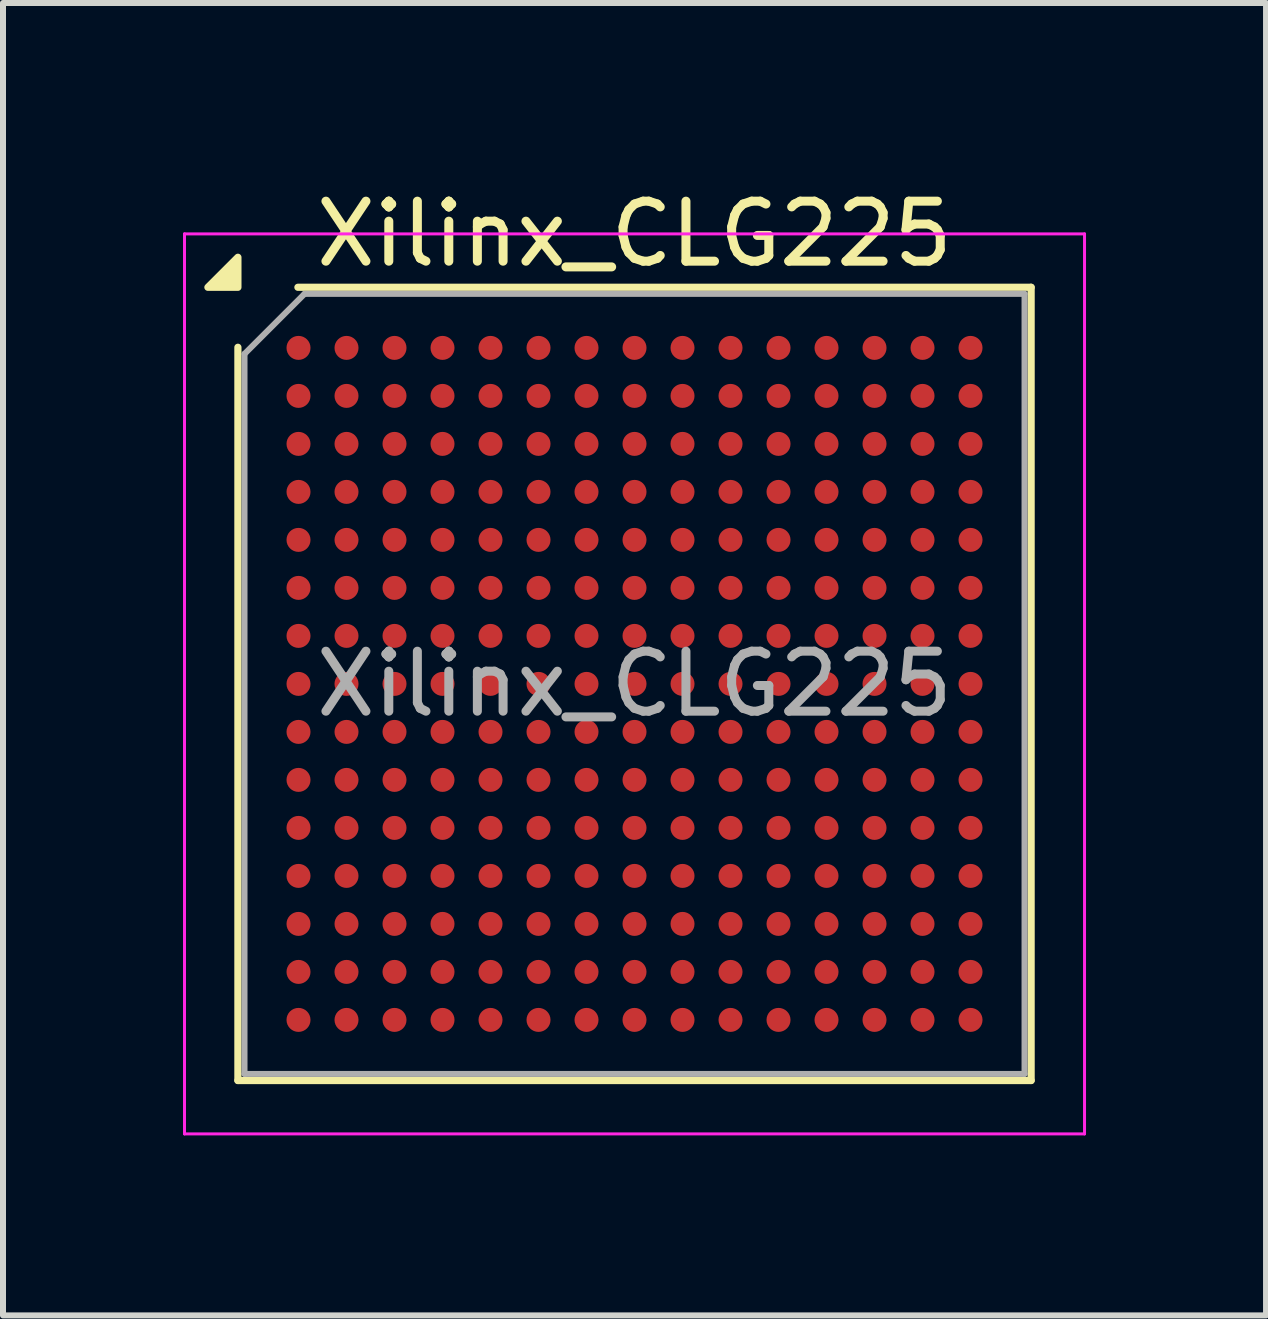
<source format=kicad_pcb>
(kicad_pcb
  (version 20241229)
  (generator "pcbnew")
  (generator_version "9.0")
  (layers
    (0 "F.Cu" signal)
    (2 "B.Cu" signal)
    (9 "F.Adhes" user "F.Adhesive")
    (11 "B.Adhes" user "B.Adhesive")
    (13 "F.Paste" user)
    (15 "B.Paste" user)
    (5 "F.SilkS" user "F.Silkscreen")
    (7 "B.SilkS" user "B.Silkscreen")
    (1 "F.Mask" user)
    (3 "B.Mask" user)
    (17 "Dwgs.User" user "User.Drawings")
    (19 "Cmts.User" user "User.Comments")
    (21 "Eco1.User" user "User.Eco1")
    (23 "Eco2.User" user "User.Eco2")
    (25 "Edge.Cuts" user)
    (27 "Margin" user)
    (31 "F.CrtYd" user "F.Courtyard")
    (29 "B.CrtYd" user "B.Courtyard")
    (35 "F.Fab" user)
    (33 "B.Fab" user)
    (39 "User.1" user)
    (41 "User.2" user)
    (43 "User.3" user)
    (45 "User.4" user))
  (footprint "Xilinx_CLG225"
    (layer "F.Cu")
    (at 7.525 8.348)
    (property "Reference" "Xilinx_CLG225" (at 0 -7.5 0) (layer "F.SilkS") (effects (font (size 1 1) (thickness 0.15))))
    (attr smd)
    (fp_line (start -6.61 6.61) (end -6.61 -5.61) (stroke (width 0.12) (type solid)) (layer "F.SilkS"))
    (fp_line (start -5.61 -6.61) (end 6.61 -6.61) (stroke (width 0.12) (type solid)) (layer "F.SilkS"))
    (fp_line (start 6.61 -6.61) (end 6.61 6.61) (stroke (width 0.12) (type solid)) (layer "F.SilkS"))
    (fp_line (start 6.61 6.61) (end -6.61 6.61) (stroke (width 0.12) (type solid)) (layer "F.SilkS"))
    (fp_poly (pts (xy -6.61 -6.61) (xy -7.11 -6.61) (xy -6.61 -7.11) (xy -6.61 -6.61)) (stroke (width 0.12) (type solid)) (fill yes) (layer "F.SilkS"))
    (fp_line (start -7.5 -7.5) (end -7.5 7.5) (stroke (width 0.05) (type solid)) (layer "F.CrtYd"))
    (fp_line (start -7.5 7.5) (end 7.5 7.5) (stroke (width 0.05) (type solid)) (layer "F.CrtYd"))
    (fp_line (start 7.5 -7.5) (end -7.5 -7.5) (stroke (width 0.05) (type solid)) (layer "F.CrtYd"))
    (fp_line (start 7.5 7.5) (end 7.5 -7.5) (stroke (width 0.05) (type solid)) (layer "F.CrtYd"))
    (fp_line (start -6.5 -5.5) (end -5.5 -6.5) (stroke (width 0.1) (type solid)) (layer "F.Fab"))
    (fp_line (start -6.5 6.5) (end -6.5 -5.5) (stroke (width 0.1) (type solid)) (layer "F.Fab"))
    (fp_line (start -5.5 -6.5) (end 6.5 -6.5) (stroke (width 0.1) (type solid)) (layer "F.Fab"))
    (fp_line (start 6.5 -6.5) (end 6.5 6.5) (stroke (width 0.1) (type solid)) (layer "F.Fab"))
    (fp_line (start 6.5 6.5) (end -6.5 6.5) (stroke (width 0.1) (type solid)) (layer "F.Fab"))
    (fp_text user "${REFERENCE}" (at 0 0 0) (layer "F.Fab") (effects (font (size 1 1) (thickness 0.15))))
    (pad "A1" smd circle (at -5.6 -5.6) (size 0.4 0.4) (property pad_prop_bga) (layers "F.Cu" "F.Mask" "F.Paste"))
    (pad "A2" smd circle (at -4.8 -5.6) (size 0.4 0.4) (property pad_prop_bga) (layers "F.Cu" "F.Mask" "F.Paste"))
    (pad "A3" smd circle (at -4 -5.6) (size 0.4 0.4) (property pad_prop_bga) (layers "F.Cu" "F.Mask" "F.Paste"))
    (pad "A4" smd circle (at -3.2 -5.6) (size 0.4 0.4) (property pad_prop_bga) (layers "F.Cu" "F.Mask" "F.Paste"))
    (pad "A5" smd circle (at -2.4 -5.6) (size 0.4 0.4) (property pad_prop_bga) (layers "F.Cu" "F.Mask" "F.Paste"))
    (pad "A6" smd circle (at -1.6 -5.6) (size 0.4 0.4) (property pad_prop_bga) (layers "F.Cu" "F.Mask" "F.Paste"))
    (pad "A7" smd circle (at -0.8 -5.6) (size 0.4 0.4) (property pad_prop_bga) (layers "F.Cu" "F.Mask" "F.Paste"))
    (pad "A8" smd circle (at 0 -5.6) (size 0.4 0.4) (property pad_prop_bga) (layers "F.Cu" "F.Mask" "F.Paste"))
    (pad "A9" smd circle (at 0.8 -5.6) (size 0.4 0.4) (property pad_prop_bga) (layers "F.Cu" "F.Mask" "F.Paste"))
    (pad "A10" smd circle (at 1.6 -5.6) (size 0.4 0.4) (property pad_prop_bga) (layers "F.Cu" "F.Mask" "F.Paste"))
    (pad "A11" smd circle (at 2.4 -5.6) (size 0.4 0.4) (property pad_prop_bga) (layers "F.Cu" "F.Mask" "F.Paste"))
    (pad "A12" smd circle (at 3.2 -5.6) (size 0.4 0.4) (property pad_prop_bga) (layers "F.Cu" "F.Mask" "F.Paste"))
    (pad "A13" smd circle (at 4 -5.6) (size 0.4 0.4) (property pad_prop_bga) (layers "F.Cu" "F.Mask" "F.Paste"))
    (pad "A14" smd circle (at 4.8 -5.6) (size 0.4 0.4) (property pad_prop_bga) (layers "F.Cu" "F.Mask" "F.Paste"))
    (pad "A15" smd circle (at 5.6 -5.6) (size 0.4 0.4) (property pad_prop_bga) (layers "F.Cu" "F.Mask" "F.Paste"))
    (pad "B1" smd circle (at -5.6 -4.8) (size 0.4 0.4) (property pad_prop_bga) (layers "F.Cu" "F.Mask" "F.Paste"))
    (pad "B2" smd circle (at -4.8 -4.8) (size 0.4 0.4) (property pad_prop_bga) (layers "F.Cu" "F.Mask" "F.Paste"))
    (pad "B3" smd circle (at -4 -4.8) (size 0.4 0.4) (property pad_prop_bga) (layers "F.Cu" "F.Mask" "F.Paste"))
    (pad "B4" smd circle (at -3.2 -4.8) (size 0.4 0.4) (property pad_prop_bga) (layers "F.Cu" "F.Mask" "F.Paste"))
    (pad "B5" smd circle (at -2.4 -4.8) (size 0.4 0.4) (property pad_prop_bga) (layers "F.Cu" "F.Mask" "F.Paste"))
    (pad "B6" smd circle (at -1.6 -4.8) (size 0.4 0.4) (property pad_prop_bga) (layers "F.Cu" "F.Mask" "F.Paste"))
    (pad "B7" smd circle (at -0.8 -4.8) (size 0.4 0.4) (property pad_prop_bga) (layers "F.Cu" "F.Mask" "F.Paste"))
    (pad "B8" smd circle (at 0 -4.8) (size 0.4 0.4) (property pad_prop_bga) (layers "F.Cu" "F.Mask" "F.Paste"))
    (pad "B9" smd circle (at 0.8 -4.8) (size 0.4 0.4) (property pad_prop_bga) (layers "F.Cu" "F.Mask" "F.Paste"))
    (pad "B10" smd circle (at 1.6 -4.8) (size 0.4 0.4) (property pad_prop_bga) (layers "F.Cu" "F.Mask" "F.Paste"))
    (pad "B11" smd circle (at 2.4 -4.8) (size 0.4 0.4) (property pad_prop_bga) (layers "F.Cu" "F.Mask" "F.Paste"))
    (pad "B12" smd circle (at 3.2 -4.8) (size 0.4 0.4) (property pad_prop_bga) (layers "F.Cu" "F.Mask" "F.Paste"))
    (pad "B13" smd circle (at 4 -4.8) (size 0.4 0.4) (property pad_prop_bga) (layers "F.Cu" "F.Mask" "F.Paste"))
    (pad "B14" smd circle (at 4.8 -4.8) (size 0.4 0.4) (property pad_prop_bga) (layers "F.Cu" "F.Mask" "F.Paste"))
    (pad "B15" smd circle (at 5.6 -4.8) (size 0.4 0.4) (property pad_prop_bga) (layers "F.Cu" "F.Mask" "F.Paste"))
    (pad "C1" smd circle (at -5.6 -4) (size 0.4 0.4) (property pad_prop_bga) (layers "F.Cu" "F.Mask" "F.Paste"))
    (pad "C2" smd circle (at -4.8 -4) (size 0.4 0.4) (property pad_prop_bga) (layers "F.Cu" "F.Mask" "F.Paste"))
    (pad "C3" smd circle (at -4 -4) (size 0.4 0.4) (property pad_prop_bga) (layers "F.Cu" "F.Mask" "F.Paste"))
    (pad "C4" smd circle (at -3.2 -4) (size 0.4 0.4) (property pad_prop_bga) (layers "F.Cu" "F.Mask" "F.Paste"))
    (pad "C5" smd circle (at -2.4 -4) (size 0.4 0.4) (property pad_prop_bga) (layers "F.Cu" "F.Mask" "F.Paste"))
    (pad "C6" smd circle (at -1.6 -4) (size 0.4 0.4) (property pad_prop_bga) (layers "F.Cu" "F.Mask" "F.Paste"))
    (pad "C7" smd circle (at -0.8 -4) (size 0.4 0.4) (property pad_prop_bga) (layers "F.Cu" "F.Mask" "F.Paste"))
    (pad "C8" smd circle (at 0 -4) (size 0.4 0.4) (property pad_prop_bga) (layers "F.Cu" "F.Mask" "F.Paste"))
    (pad "C9" smd circle (at 0.8 -4) (size 0.4 0.4) (property pad_prop_bga) (layers "F.Cu" "F.Mask" "F.Paste"))
    (pad "C10" smd circle (at 1.6 -4) (size 0.4 0.4) (property pad_prop_bga) (layers "F.Cu" "F.Mask" "F.Paste"))
    (pad "C11" smd circle (at 2.4 -4) (size 0.4 0.4) (property pad_prop_bga) (layers "F.Cu" "F.Mask" "F.Paste"))
    (pad "C12" smd circle (at 3.2 -4) (size 0.4 0.4) (property pad_prop_bga) (layers "F.Cu" "F.Mask" "F.Paste"))
    (pad "C13" smd circle (at 4 -4) (size 0.4 0.4) (property pad_prop_bga) (layers "F.Cu" "F.Mask" "F.Paste"))
    (pad "C14" smd circle (at 4.8 -4) (size 0.4 0.4) (property pad_prop_bga) (layers "F.Cu" "F.Mask" "F.Paste"))
    (pad "C15" smd circle (at 5.6 -4) (size 0.4 0.4) (property pad_prop_bga) (layers "F.Cu" "F.Mask" "F.Paste"))
    (pad "D1" smd circle (at -5.6 -3.2) (size 0.4 0.4) (property pad_prop_bga) (layers "F.Cu" "F.Mask" "F.Paste"))
    (pad "D2" smd circle (at -4.8 -3.2) (size 0.4 0.4) (property pad_prop_bga) (layers "F.Cu" "F.Mask" "F.Paste"))
    (pad "D3" smd circle (at -4 -3.2) (size 0.4 0.4) (property pad_prop_bga) (layers "F.Cu" "F.Mask" "F.Paste"))
    (pad "D4" smd circle (at -3.2 -3.2) (size 0.4 0.4) (property pad_prop_bga) (layers "F.Cu" "F.Mask" "F.Paste"))
    (pad "D5" smd circle (at -2.4 -3.2) (size 0.4 0.4) (property pad_prop_bga) (layers "F.Cu" "F.Mask" "F.Paste"))
    (pad "D6" smd circle (at -1.6 -3.2) (size 0.4 0.4) (property pad_prop_bga) (layers "F.Cu" "F.Mask" "F.Paste"))
    (pad "D7" smd circle (at -0.8 -3.2) (size 0.4 0.4) (property pad_prop_bga) (layers "F.Cu" "F.Mask" "F.Paste"))
    (pad "D8" smd circle (at 0 -3.2) (size 0.4 0.4) (property pad_prop_bga) (layers "F.Cu" "F.Mask" "F.Paste"))
    (pad "D9" smd circle (at 0.8 -3.2) (size 0.4 0.4) (property pad_prop_bga) (layers "F.Cu" "F.Mask" "F.Paste"))
    (pad "D10" smd circle (at 1.6 -3.2) (size 0.4 0.4) (property pad_prop_bga) (layers "F.Cu" "F.Mask" "F.Paste"))
    (pad "D11" smd circle (at 2.4 -3.2) (size 0.4 0.4) (property pad_prop_bga) (layers "F.Cu" "F.Mask" "F.Paste"))
    (pad "D12" smd circle (at 3.2 -3.2) (size 0.4 0.4) (property pad_prop_bga) (layers "F.Cu" "F.Mask" "F.Paste"))
    (pad "D13" smd circle (at 4 -3.2) (size 0.4 0.4) (property pad_prop_bga) (layers "F.Cu" "F.Mask" "F.Paste"))
    (pad "D14" smd circle (at 4.8 -3.2) (size 0.4 0.4) (property pad_prop_bga) (layers "F.Cu" "F.Mask" "F.Paste"))
    (pad "D15" smd circle (at 5.6 -3.2) (size 0.4 0.4) (property pad_prop_bga) (layers "F.Cu" "F.Mask" "F.Paste"))
    (pad "E1" smd circle (at -5.6 -2.4) (size 0.4 0.4) (property pad_prop_bga) (layers "F.Cu" "F.Mask" "F.Paste"))
    (pad "E2" smd circle (at -4.8 -2.4) (size 0.4 0.4) (property pad_prop_bga) (layers "F.Cu" "F.Mask" "F.Paste"))
    (pad "E3" smd circle (at -4 -2.4) (size 0.4 0.4) (property pad_prop_bga) (layers "F.Cu" "F.Mask" "F.Paste"))
    (pad "E4" smd circle (at -3.2 -2.4) (size 0.4 0.4) (property pad_prop_bga) (layers "F.Cu" "F.Mask" "F.Paste"))
    (pad "E5" smd circle (at -2.4 -2.4) (size 0.4 0.4) (property pad_prop_bga) (layers "F.Cu" "F.Mask" "F.Paste"))
    (pad "E6" smd circle (at -1.6 -2.4) (size 0.4 0.4) (property pad_prop_bga) (layers "F.Cu" "F.Mask" "F.Paste"))
    (pad "E7" smd circle (at -0.8 -2.4) (size 0.4 0.4) (property pad_prop_bga) (layers "F.Cu" "F.Mask" "F.Paste"))
    (pad "E8" smd circle (at 0 -2.4) (size 0.4 0.4) (property pad_prop_bga) (layers "F.Cu" "F.Mask" "F.Paste"))
    (pad "E9" smd circle (at 0.8 -2.4) (size 0.4 0.4) (property pad_prop_bga) (layers "F.Cu" "F.Mask" "F.Paste"))
    (pad "E10" smd circle (at 1.6 -2.4) (size 0.4 0.4) (property pad_prop_bga) (layers "F.Cu" "F.Mask" "F.Paste"))
    (pad "E11" smd circle (at 2.4 -2.4) (size 0.4 0.4) (property pad_prop_bga) (layers "F.Cu" "F.Mask" "F.Paste"))
    (pad "E12" smd circle (at 3.2 -2.4) (size 0.4 0.4) (property pad_prop_bga) (layers "F.Cu" "F.Mask" "F.Paste"))
    (pad "E13" smd circle (at 4 -2.4) (size 0.4 0.4) (property pad_prop_bga) (layers "F.Cu" "F.Mask" "F.Paste"))
    (pad "E14" smd circle (at 4.8 -2.4) (size 0.4 0.4) (property pad_prop_bga) (layers "F.Cu" "F.Mask" "F.Paste"))
    (pad "E15" smd circle (at 5.6 -2.4) (size 0.4 0.4) (property pad_prop_bga) (layers "F.Cu" "F.Mask" "F.Paste"))
    (pad "F1" smd circle (at -5.6 -1.6) (size 0.4 0.4) (property pad_prop_bga) (layers "F.Cu" "F.Mask" "F.Paste"))
    (pad "F2" smd circle (at -4.8 -1.6) (size 0.4 0.4) (property pad_prop_bga) (layers "F.Cu" "F.Mask" "F.Paste"))
    (pad "F3" smd circle (at -4 -1.6) (size 0.4 0.4) (property pad_prop_bga) (layers "F.Cu" "F.Mask" "F.Paste"))
    (pad "F4" smd circle (at -3.2 -1.6) (size 0.4 0.4) (property pad_prop_bga) (layers "F.Cu" "F.Mask" "F.Paste"))
    (pad "F5" smd circle (at -2.4 -1.6) (size 0.4 0.4) (property pad_prop_bga) (layers "F.Cu" "F.Mask" "F.Paste"))
    (pad "F6" smd circle (at -1.6 -1.6) (size 0.4 0.4) (property pad_prop_bga) (layers "F.Cu" "F.Mask" "F.Paste"))
    (pad "F7" smd circle (at -0.8 -1.6) (size 0.4 0.4) (property pad_prop_bga) (layers "F.Cu" "F.Mask" "F.Paste"))
    (pad "F8" smd circle (at 0 -1.6) (size 0.4 0.4) (property pad_prop_bga) (layers "F.Cu" "F.Mask" "F.Paste"))
    (pad "F9" smd circle (at 0.8 -1.6) (size 0.4 0.4) (property pad_prop_bga) (layers "F.Cu" "F.Mask" "F.Paste"))
    (pad "F10" smd circle (at 1.6 -1.6) (size 0.4 0.4) (property pad_prop_bga) (layers "F.Cu" "F.Mask" "F.Paste"))
    (pad "F11" smd circle (at 2.4 -1.6) (size 0.4 0.4) (property pad_prop_bga) (layers "F.Cu" "F.Mask" "F.Paste"))
    (pad "F12" smd circle (at 3.2 -1.6) (size 0.4 0.4) (property pad_prop_bga) (layers "F.Cu" "F.Mask" "F.Paste"))
    (pad "F13" smd circle (at 4 -1.6) (size 0.4 0.4) (property pad_prop_bga) (layers "F.Cu" "F.Mask" "F.Paste"))
    (pad "F14" smd circle (at 4.8 -1.6) (size 0.4 0.4) (property pad_prop_bga) (layers "F.Cu" "F.Mask" "F.Paste"))
    (pad "F15" smd circle (at 5.6 -1.6) (size 0.4 0.4) (property pad_prop_bga) (layers "F.Cu" "F.Mask" "F.Paste"))
    (pad "G1" smd circle (at -5.6 -0.8) (size 0.4 0.4) (property pad_prop_bga) (layers "F.Cu" "F.Mask" "F.Paste"))
    (pad "G2" smd circle (at -4.8 -0.8) (size 0.4 0.4) (property pad_prop_bga) (layers "F.Cu" "F.Mask" "F.Paste"))
    (pad "G3" smd circle (at -4 -0.8) (size 0.4 0.4) (property pad_prop_bga) (layers "F.Cu" "F.Mask" "F.Paste"))
    (pad "G4" smd circle (at -3.2 -0.8) (size 0.4 0.4) (property pad_prop_bga) (layers "F.Cu" "F.Mask" "F.Paste"))
    (pad "G5" smd circle (at -2.4 -0.8) (size 0.4 0.4) (property pad_prop_bga) (layers "F.Cu" "F.Mask" "F.Paste"))
    (pad "G6" smd circle (at -1.6 -0.8) (size 0.4 0.4) (property pad_prop_bga) (layers "F.Cu" "F.Mask" "F.Paste"))
    (pad "G7" smd circle (at -0.8 -0.8) (size 0.4 0.4) (property pad_prop_bga) (layers "F.Cu" "F.Mask" "F.Paste"))
    (pad "G8" smd circle (at 0 -0.8) (size 0.4 0.4) (property pad_prop_bga) (layers "F.Cu" "F.Mask" "F.Paste"))
    (pad "G9" smd circle (at 0.8 -0.8) (size 0.4 0.4) (property pad_prop_bga) (layers "F.Cu" "F.Mask" "F.Paste"))
    (pad "G10" smd circle (at 1.6 -0.8) (size 0.4 0.4) (property pad_prop_bga) (layers "F.Cu" "F.Mask" "F.Paste"))
    (pad "G11" smd circle (at 2.4 -0.8) (size 0.4 0.4) (property pad_prop_bga) (layers "F.Cu" "F.Mask" "F.Paste"))
    (pad "G12" smd circle (at 3.2 -0.8) (size 0.4 0.4) (property pad_prop_bga) (layers "F.Cu" "F.Mask" "F.Paste"))
    (pad "G13" smd circle (at 4 -0.8) (size 0.4 0.4) (property pad_prop_bga) (layers "F.Cu" "F.Mask" "F.Paste"))
    (pad "G14" smd circle (at 4.8 -0.8) (size 0.4 0.4) (property pad_prop_bga) (layers "F.Cu" "F.Mask" "F.Paste"))
    (pad "G15" smd circle (at 5.6 -0.8) (size 0.4 0.4) (property pad_prop_bga) (layers "F.Cu" "F.Mask" "F.Paste"))
    (pad "H1" smd circle (at -5.6 0) (size 0.4 0.4) (property pad_prop_bga) (layers "F.Cu" "F.Mask" "F.Paste"))
    (pad "H2" smd circle (at -4.8 0) (size 0.4 0.4) (property pad_prop_bga) (layers "F.Cu" "F.Mask" "F.Paste"))
    (pad "H3" smd circle (at -4 0) (size 0.4 0.4) (property pad_prop_bga) (layers "F.Cu" "F.Mask" "F.Paste"))
    (pad "H4" smd circle (at -3.2 0) (size 0.4 0.4) (property pad_prop_bga) (layers "F.Cu" "F.Mask" "F.Paste"))
    (pad "H5" smd circle (at -2.4 0) (size 0.4 0.4) (property pad_prop_bga) (layers "F.Cu" "F.Mask" "F.Paste"))
    (pad "H6" smd circle (at -1.6 0) (size 0.4 0.4) (property pad_prop_bga) (layers "F.Cu" "F.Mask" "F.Paste"))
    (pad "H7" smd circle (at -0.8 0) (size 0.4 0.4) (property pad_prop_bga) (layers "F.Cu" "F.Mask" "F.Paste"))
    (pad "H8" smd circle (at 0 0) (size 0.4 0.4) (property pad_prop_bga) (layers "F.Cu" "F.Mask" "F.Paste"))
    (pad "H9" smd circle (at 0.8 0) (size 0.4 0.4) (property pad_prop_bga) (layers "F.Cu" "F.Mask" "F.Paste"))
    (pad "H10" smd circle (at 1.6 0) (size 0.4 0.4) (property pad_prop_bga) (layers "F.Cu" "F.Mask" "F.Paste"))
    (pad "H11" smd circle (at 2.4 0) (size 0.4 0.4) (property pad_prop_bga) (layers "F.Cu" "F.Mask" "F.Paste"))
    (pad "H12" smd circle (at 3.2 0) (size 0.4 0.4) (property pad_prop_bga) (layers "F.Cu" "F.Mask" "F.Paste"))
    (pad "H13" smd circle (at 4 0) (size 0.4 0.4) (property pad_prop_bga) (layers "F.Cu" "F.Mask" "F.Paste"))
    (pad "H14" smd circle (at 4.8 0) (size 0.4 0.4) (property pad_prop_bga) (layers "F.Cu" "F.Mask" "F.Paste"))
    (pad "H15" smd circle (at 5.6 0) (size 0.4 0.4) (property pad_prop_bga) (layers "F.Cu" "F.Mask" "F.Paste"))
    (pad "J1" smd circle (at -5.6 0.8) (size 0.4 0.4) (property pad_prop_bga) (layers "F.Cu" "F.Mask" "F.Paste"))
    (pad "J2" smd circle (at -4.8 0.8) (size 0.4 0.4) (property pad_prop_bga) (layers "F.Cu" "F.Mask" "F.Paste"))
    (pad "J3" smd circle (at -4 0.8) (size 0.4 0.4) (property pad_prop_bga) (layers "F.Cu" "F.Mask" "F.Paste"))
    (pad "J4" smd circle (at -3.2 0.8) (size 0.4 0.4) (property pad_prop_bga) (layers "F.Cu" "F.Mask" "F.Paste"))
    (pad "J5" smd circle (at -2.4 0.8) (size 0.4 0.4) (property pad_prop_bga) (layers "F.Cu" "F.Mask" "F.Paste"))
    (pad "J6" smd circle (at -1.6 0.8) (size 0.4 0.4) (property pad_prop_bga) (layers "F.Cu" "F.Mask" "F.Paste"))
    (pad "J7" smd circle (at -0.8 0.8) (size 0.4 0.4) (property pad_prop_bga) (layers "F.Cu" "F.Mask" "F.Paste"))
    (pad "J8" smd circle (at 0 0.8) (size 0.4 0.4) (property pad_prop_bga) (layers "F.Cu" "F.Mask" "F.Paste"))
    (pad "J9" smd circle (at 0.8 0.8) (size 0.4 0.4) (property pad_prop_bga) (layers "F.Cu" "F.Mask" "F.Paste"))
    (pad "J10" smd circle (at 1.6 0.8) (size 0.4 0.4) (property pad_prop_bga) (layers "F.Cu" "F.Mask" "F.Paste"))
    (pad "J11" smd circle (at 2.4 0.8) (size 0.4 0.4) (property pad_prop_bga) (layers "F.Cu" "F.Mask" "F.Paste"))
    (pad "J12" smd circle (at 3.2 0.8) (size 0.4 0.4) (property pad_prop_bga) (layers "F.Cu" "F.Mask" "F.Paste"))
    (pad "J13" smd circle (at 4 0.8) (size 0.4 0.4) (property pad_prop_bga) (layers "F.Cu" "F.Mask" "F.Paste"))
    (pad "J14" smd circle (at 4.8 0.8) (size 0.4 0.4) (property pad_prop_bga) (layers "F.Cu" "F.Mask" "F.Paste"))
    (pad "J15" smd circle (at 5.6 0.8) (size 0.4 0.4) (property pad_prop_bga) (layers "F.Cu" "F.Mask" "F.Paste"))
    (pad "K1" smd circle (at -5.6 1.6) (size 0.4 0.4) (property pad_prop_bga) (layers "F.Cu" "F.Mask" "F.Paste"))
    (pad "K2" smd circle (at -4.8 1.6) (size 0.4 0.4) (property pad_prop_bga) (layers "F.Cu" "F.Mask" "F.Paste"))
    (pad "K3" smd circle (at -4 1.6) (size 0.4 0.4) (property pad_prop_bga) (layers "F.Cu" "F.Mask" "F.Paste"))
    (pad "K4" smd circle (at -3.2 1.6) (size 0.4 0.4) (property pad_prop_bga) (layers "F.Cu" "F.Mask" "F.Paste"))
    (pad "K5" smd circle (at -2.4 1.6) (size 0.4 0.4) (property pad_prop_bga) (layers "F.Cu" "F.Mask" "F.Paste"))
    (pad "K6" smd circle (at -1.6 1.6) (size 0.4 0.4) (property pad_prop_bga) (layers "F.Cu" "F.Mask" "F.Paste"))
    (pad "K7" smd circle (at -0.8 1.6) (size 0.4 0.4) (property pad_prop_bga) (layers "F.Cu" "F.Mask" "F.Paste"))
    (pad "K8" smd circle (at 0 1.6) (size 0.4 0.4) (property pad_prop_bga) (layers "F.Cu" "F.Mask" "F.Paste"))
    (pad "K9" smd circle (at 0.8 1.6) (size 0.4 0.4) (property pad_prop_bga) (layers "F.Cu" "F.Mask" "F.Paste"))
    (pad "K10" smd circle (at 1.6 1.6) (size 0.4 0.4) (property pad_prop_bga) (layers "F.Cu" "F.Mask" "F.Paste"))
    (pad "K11" smd circle (at 2.4 1.6) (size 0.4 0.4) (property pad_prop_bga) (layers "F.Cu" "F.Mask" "F.Paste"))
    (pad "K12" smd circle (at 3.2 1.6) (size 0.4 0.4) (property pad_prop_bga) (layers "F.Cu" "F.Mask" "F.Paste"))
    (pad "K13" smd circle (at 4 1.6) (size 0.4 0.4) (property pad_prop_bga) (layers "F.Cu" "F.Mask" "F.Paste"))
    (pad "K14" smd circle (at 4.8 1.6) (size 0.4 0.4) (property pad_prop_bga) (layers "F.Cu" "F.Mask" "F.Paste"))
    (pad "K15" smd circle (at 5.6 1.6) (size 0.4 0.4) (property pad_prop_bga) (layers "F.Cu" "F.Mask" "F.Paste"))
    (pad "L1" smd circle (at -5.6 2.4) (size 0.4 0.4) (property pad_prop_bga) (layers "F.Cu" "F.Mask" "F.Paste"))
    (pad "L2" smd circle (at -4.8 2.4) (size 0.4 0.4) (property pad_prop_bga) (layers "F.Cu" "F.Mask" "F.Paste"))
    (pad "L3" smd circle (at -4 2.4) (size 0.4 0.4) (property pad_prop_bga) (layers "F.Cu" "F.Mask" "F.Paste"))
    (pad "L4" smd circle (at -3.2 2.4) (size 0.4 0.4) (property pad_prop_bga) (layers "F.Cu" "F.Mask" "F.Paste"))
    (pad "L5" smd circle (at -2.4 2.4) (size 0.4 0.4) (property pad_prop_bga) (layers "F.Cu" "F.Mask" "F.Paste"))
    (pad "L6" smd circle (at -1.6 2.4) (size 0.4 0.4) (property pad_prop_bga) (layers "F.Cu" "F.Mask" "F.Paste"))
    (pad "L7" smd circle (at -0.8 2.4) (size 0.4 0.4) (property pad_prop_bga) (layers "F.Cu" "F.Mask" "F.Paste"))
    (pad "L8" smd circle (at 0 2.4) (size 0.4 0.4) (property pad_prop_bga) (layers "F.Cu" "F.Mask" "F.Paste"))
    (pad "L9" smd circle (at 0.8 2.4) (size 0.4 0.4) (property pad_prop_bga) (layers "F.Cu" "F.Mask" "F.Paste"))
    (pad "L10" smd circle (at 1.6 2.4) (size 0.4 0.4) (property pad_prop_bga) (layers "F.Cu" "F.Mask" "F.Paste"))
    (pad "L11" smd circle (at 2.4 2.4) (size 0.4 0.4) (property pad_prop_bga) (layers "F.Cu" "F.Mask" "F.Paste"))
    (pad "L12" smd circle (at 3.2 2.4) (size 0.4 0.4) (property pad_prop_bga) (layers "F.Cu" "F.Mask" "F.Paste"))
    (pad "L13" smd circle (at 4 2.4) (size 0.4 0.4) (property pad_prop_bga) (layers "F.Cu" "F.Mask" "F.Paste"))
    (pad "L14" smd circle (at 4.8 2.4) (size 0.4 0.4) (property pad_prop_bga) (layers "F.Cu" "F.Mask" "F.Paste"))
    (pad "L15" smd circle (at 5.6 2.4) (size 0.4 0.4) (property pad_prop_bga) (layers "F.Cu" "F.Mask" "F.Paste"))
    (pad "M1" smd circle (at -5.6 3.2) (size 0.4 0.4) (property pad_prop_bga) (layers "F.Cu" "F.Mask" "F.Paste"))
    (pad "M2" smd circle (at -4.8 3.2) (size 0.4 0.4) (property pad_prop_bga) (layers "F.Cu" "F.Mask" "F.Paste"))
    (pad "M3" smd circle (at -4 3.2) (size 0.4 0.4) (property pad_prop_bga) (layers "F.Cu" "F.Mask" "F.Paste"))
    (pad "M4" smd circle (at -3.2 3.2) (size 0.4 0.4) (property pad_prop_bga) (layers "F.Cu" "F.Mask" "F.Paste"))
    (pad "M5" smd circle (at -2.4 3.2) (size 0.4 0.4) (property pad_prop_bga) (layers "F.Cu" "F.Mask" "F.Paste"))
    (pad "M6" smd circle (at -1.6 3.2) (size 0.4 0.4) (property pad_prop_bga) (layers "F.Cu" "F.Mask" "F.Paste"))
    (pad "M7" smd circle (at -0.8 3.2) (size 0.4 0.4) (property pad_prop_bga) (layers "F.Cu" "F.Mask" "F.Paste"))
    (pad "M8" smd circle (at 0 3.2) (size 0.4 0.4) (property pad_prop_bga) (layers "F.Cu" "F.Mask" "F.Paste"))
    (pad "M9" smd circle (at 0.8 3.2) (size 0.4 0.4) (property pad_prop_bga) (layers "F.Cu" "F.Mask" "F.Paste"))
    (pad "M10" smd circle (at 1.6 3.2) (size 0.4 0.4) (property pad_prop_bga) (layers "F.Cu" "F.Mask" "F.Paste"))
    (pad "M11" smd circle (at 2.4 3.2) (size 0.4 0.4) (property pad_prop_bga) (layers "F.Cu" "F.Mask" "F.Paste"))
    (pad "M12" smd circle (at 3.2 3.2) (size 0.4 0.4) (property pad_prop_bga) (layers "F.Cu" "F.Mask" "F.Paste"))
    (pad "M13" smd circle (at 4 3.2) (size 0.4 0.4) (property pad_prop_bga) (layers "F.Cu" "F.Mask" "F.Paste"))
    (pad "M14" smd circle (at 4.8 3.2) (size 0.4 0.4) (property pad_prop_bga) (layers "F.Cu" "F.Mask" "F.Paste"))
    (pad "M15" smd circle (at 5.6 3.2) (size 0.4 0.4) (property pad_prop_bga) (layers "F.Cu" "F.Mask" "F.Paste"))
    (pad "N1" smd circle (at -5.6 4) (size 0.4 0.4) (property pad_prop_bga) (layers "F.Cu" "F.Mask" "F.Paste"))
    (pad "N2" smd circle (at -4.8 4) (size 0.4 0.4) (property pad_prop_bga) (layers "F.Cu" "F.Mask" "F.Paste"))
    (pad "N3" smd circle (at -4 4) (size 0.4 0.4) (property pad_prop_bga) (layers "F.Cu" "F.Mask" "F.Paste"))
    (pad "N4" smd circle (at -3.2 4) (size 0.4 0.4) (property pad_prop_bga) (layers "F.Cu" "F.Mask" "F.Paste"))
    (pad "N5" smd circle (at -2.4 4) (size 0.4 0.4) (property pad_prop_bga) (layers "F.Cu" "F.Mask" "F.Paste"))
    (pad "N6" smd circle (at -1.6 4) (size 0.4 0.4) (property pad_prop_bga) (layers "F.Cu" "F.Mask" "F.Paste"))
    (pad "N7" smd circle (at -0.8 4) (size 0.4 0.4) (property pad_prop_bga) (layers "F.Cu" "F.Mask" "F.Paste"))
    (pad "N8" smd circle (at 0 4) (size 0.4 0.4) (property pad_prop_bga) (layers "F.Cu" "F.Mask" "F.Paste"))
    (pad "N9" smd circle (at 0.8 4) (size 0.4 0.4) (property pad_prop_bga) (layers "F.Cu" "F.Mask" "F.Paste"))
    (pad "N10" smd circle (at 1.6 4) (size 0.4 0.4) (property pad_prop_bga) (layers "F.Cu" "F.Mask" "F.Paste"))
    (pad "N11" smd circle (at 2.4 4) (size 0.4 0.4) (property pad_prop_bga) (layers "F.Cu" "F.Mask" "F.Paste"))
    (pad "N12" smd circle (at 3.2 4) (size 0.4 0.4) (property pad_prop_bga) (layers "F.Cu" "F.Mask" "F.Paste"))
    (pad "N13" smd circle (at 4 4) (size 0.4 0.4) (property pad_prop_bga) (layers "F.Cu" "F.Mask" "F.Paste"))
    (pad "N14" smd circle (at 4.8 4) (size 0.4 0.4) (property pad_prop_bga) (layers "F.Cu" "F.Mask" "F.Paste"))
    (pad "N15" smd circle (at 5.6 4) (size 0.4 0.4) (property pad_prop_bga) (layers "F.Cu" "F.Mask" "F.Paste"))
    (pad "P1" smd circle (at -5.6 4.8) (size 0.4 0.4) (property pad_prop_bga) (layers "F.Cu" "F.Mask" "F.Paste"))
    (pad "P2" smd circle (at -4.8 4.8) (size 0.4 0.4) (property pad_prop_bga) (layers "F.Cu" "F.Mask" "F.Paste"))
    (pad "P3" smd circle (at -4 4.8) (size 0.4 0.4) (property pad_prop_bga) (layers "F.Cu" "F.Mask" "F.Paste"))
    (pad "P4" smd circle (at -3.2 4.8) (size 0.4 0.4) (property pad_prop_bga) (layers "F.Cu" "F.Mask" "F.Paste"))
    (pad "P5" smd circle (at -2.4 4.8) (size 0.4 0.4) (property pad_prop_bga) (layers "F.Cu" "F.Mask" "F.Paste"))
    (pad "P6" smd circle (at -1.6 4.8) (size 0.4 0.4) (property pad_prop_bga) (layers "F.Cu" "F.Mask" "F.Paste"))
    (pad "P7" smd circle (at -0.8 4.8) (size 0.4 0.4) (property pad_prop_bga) (layers "F.Cu" "F.Mask" "F.Paste"))
    (pad "P8" smd circle (at 0 4.8) (size 0.4 0.4) (property pad_prop_bga) (layers "F.Cu" "F.Mask" "F.Paste"))
    (pad "P9" smd circle (at 0.8 4.8) (size 0.4 0.4) (property pad_prop_bga) (layers "F.Cu" "F.Mask" "F.Paste"))
    (pad "P10" smd circle (at 1.6 4.8) (size 0.4 0.4) (property pad_prop_bga) (layers "F.Cu" "F.Mask" "F.Paste"))
    (pad "P11" smd circle (at 2.4 4.8) (size 0.4 0.4) (property pad_prop_bga) (layers "F.Cu" "F.Mask" "F.Paste"))
    (pad "P12" smd circle (at 3.2 4.8) (size 0.4 0.4) (property pad_prop_bga) (layers "F.Cu" "F.Mask" "F.Paste"))
    (pad "P13" smd circle (at 4 4.8) (size 0.4 0.4) (property pad_prop_bga) (layers "F.Cu" "F.Mask" "F.Paste"))
    (pad "P14" smd circle (at 4.8 4.8) (size 0.4 0.4) (property pad_prop_bga) (layers "F.Cu" "F.Mask" "F.Paste"))
    (pad "P15" smd circle (at 5.6 4.8) (size 0.4 0.4) (property pad_prop_bga) (layers "F.Cu" "F.Mask" "F.Paste"))
    (pad "R1" smd circle (at -5.6 5.6) (size 0.4 0.4) (property pad_prop_bga) (layers "F.Cu" "F.Mask" "F.Paste"))
    (pad "R2" smd circle (at -4.8 5.6) (size 0.4 0.4) (property pad_prop_bga) (layers "F.Cu" "F.Mask" "F.Paste"))
    (pad "R3" smd circle (at -4 5.6) (size 0.4 0.4) (property pad_prop_bga) (layers "F.Cu" "F.Mask" "F.Paste"))
    (pad "R4" smd circle (at -3.2 5.6) (size 0.4 0.4) (property pad_prop_bga) (layers "F.Cu" "F.Mask" "F.Paste"))
    (pad "R5" smd circle (at -2.4 5.6) (size 0.4 0.4) (property pad_prop_bga) (layers "F.Cu" "F.Mask" "F.Paste"))
    (pad "R6" smd circle (at -1.6 5.6) (size 0.4 0.4) (property pad_prop_bga) (layers "F.Cu" "F.Mask" "F.Paste"))
    (pad "R7" smd circle (at -0.8 5.6) (size 0.4 0.4) (property pad_prop_bga) (layers "F.Cu" "F.Mask" "F.Paste"))
    (pad "R8" smd circle (at 0 5.6) (size 0.4 0.4) (property pad_prop_bga) (layers "F.Cu" "F.Mask" "F.Paste"))
    (pad "R9" smd circle (at 0.8 5.6) (size 0.4 0.4) (property pad_prop_bga) (layers "F.Cu" "F.Mask" "F.Paste"))
    (pad "R10" smd circle (at 1.6 5.6) (size 0.4 0.4) (property pad_prop_bga) (layers "F.Cu" "F.Mask" "F.Paste"))
    (pad "R11" smd circle (at 2.4 5.6) (size 0.4 0.4) (property pad_prop_bga) (layers "F.Cu" "F.Mask" "F.Paste"))
    (pad "R12" smd circle (at 3.2 5.6) (size 0.4 0.4) (property pad_prop_bga) (layers "F.Cu" "F.Mask" "F.Paste"))
    (pad "R13" smd circle (at 4 5.6) (size 0.4 0.4) (property pad_prop_bga) (layers "F.Cu" "F.Mask" "F.Paste"))
    (pad "R14" smd circle (at 4.8 5.6) (size 0.4 0.4) (property pad_prop_bga) (layers "F.Cu" "F.Mask" "F.Paste"))
    (pad "R15" smd circle (at 5.6 5.6) (size 0.4 0.4) (property pad_prop_bga) (layers "F.Cu" "F.Mask" "F.Paste")))
  (gr_rect
    (start -3 -3)
    (end 18.05 18.873)
    (stroke (width 0.1) (type default))
    (fill no)
    (layer "Edge.Cuts")))
</source>
